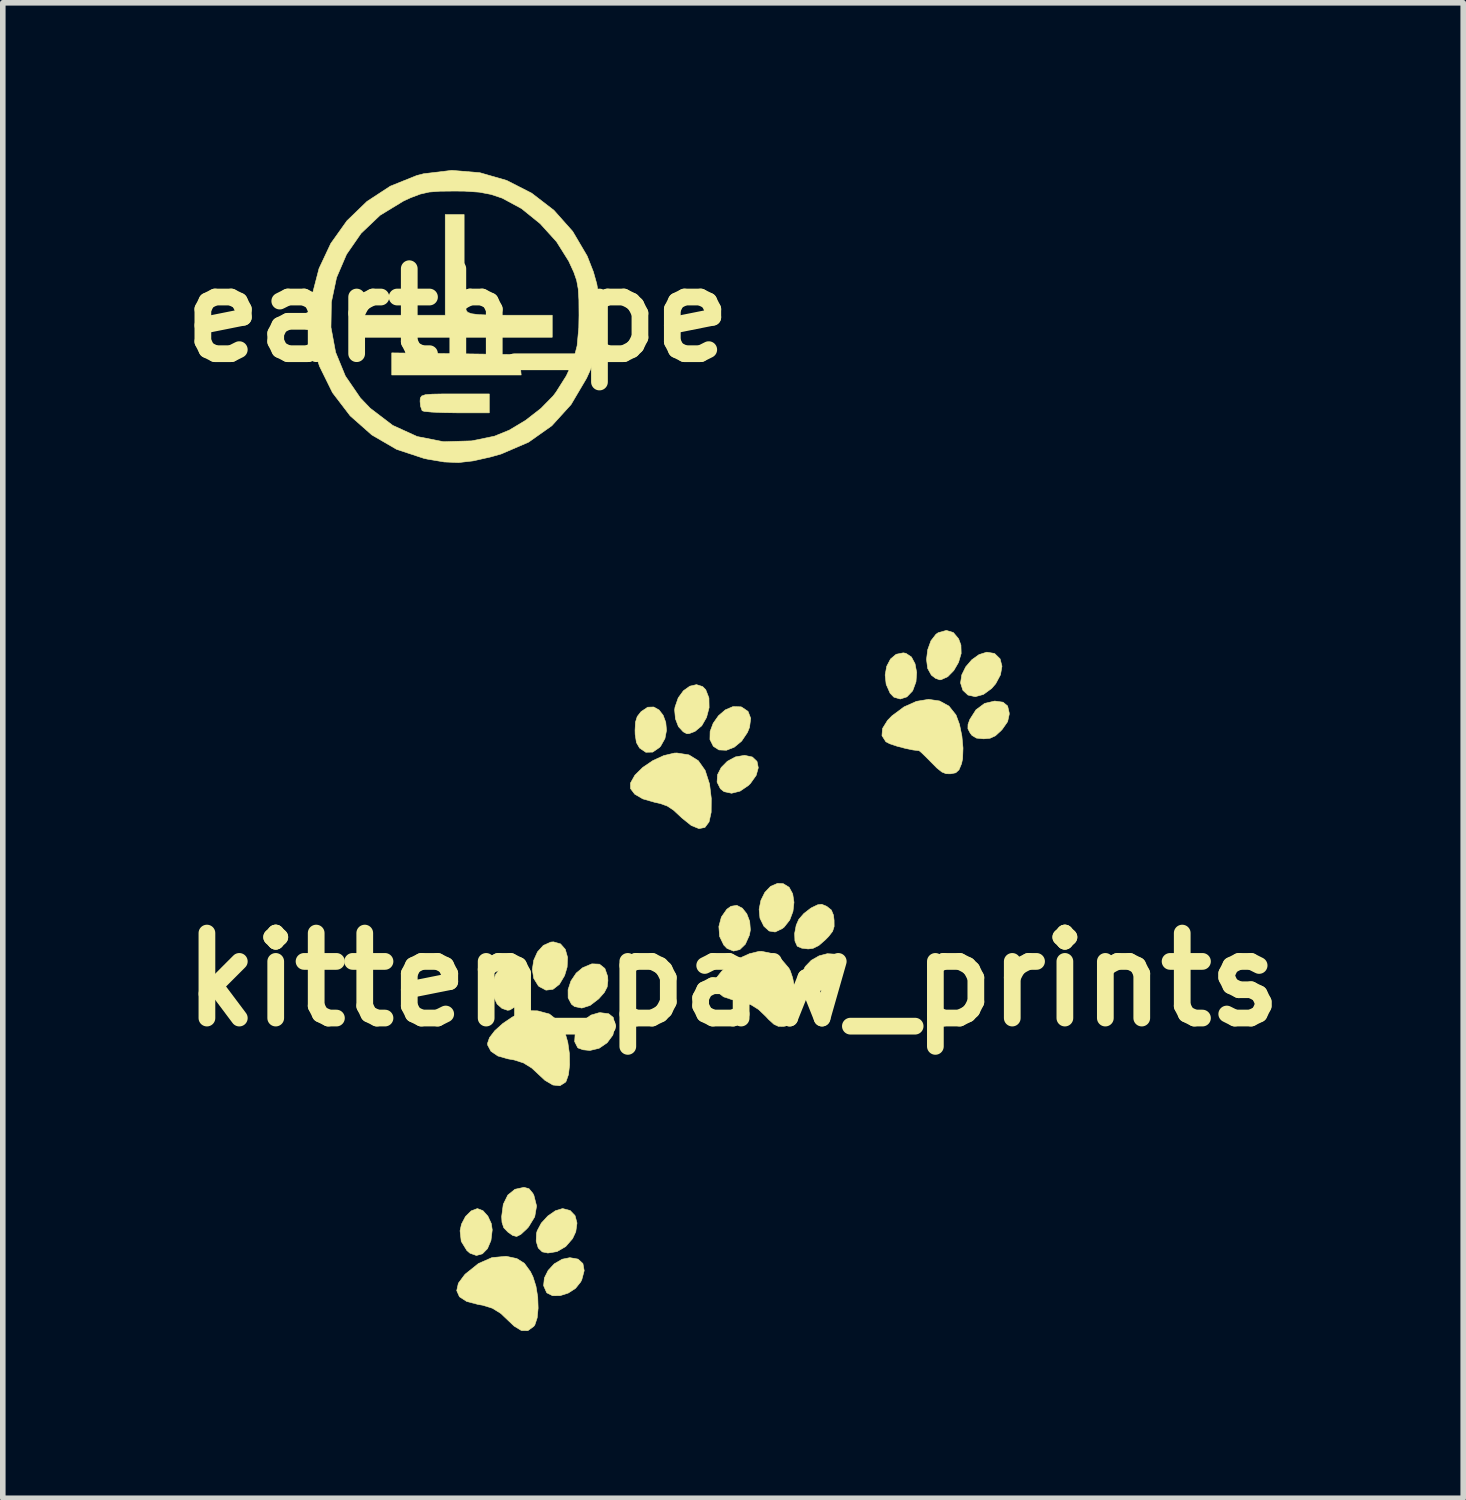
<source format=kicad_pcb>
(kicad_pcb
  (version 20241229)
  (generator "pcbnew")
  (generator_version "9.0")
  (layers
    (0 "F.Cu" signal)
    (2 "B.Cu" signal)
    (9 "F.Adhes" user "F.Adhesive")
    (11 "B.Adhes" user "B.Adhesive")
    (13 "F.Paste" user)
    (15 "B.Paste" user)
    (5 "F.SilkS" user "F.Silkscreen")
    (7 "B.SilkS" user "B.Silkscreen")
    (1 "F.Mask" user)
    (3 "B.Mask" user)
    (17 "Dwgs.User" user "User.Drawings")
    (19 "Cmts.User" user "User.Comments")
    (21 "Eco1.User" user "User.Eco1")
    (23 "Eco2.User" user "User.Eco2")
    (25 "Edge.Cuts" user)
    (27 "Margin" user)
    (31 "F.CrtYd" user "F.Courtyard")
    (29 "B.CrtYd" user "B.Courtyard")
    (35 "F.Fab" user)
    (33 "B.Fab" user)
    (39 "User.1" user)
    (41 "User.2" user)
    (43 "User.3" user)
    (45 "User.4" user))
  (footprint "earth_pe"
    (layer "F.Cu")
    (at 5.16 2.603)
    (property "Reference" "earth_pe" (at 0 0 0) (layer "F.SilkS") (effects (font (size 1.524 1.524) (thickness 0.3))))
    (attr through_hole)
    (fp_poly (pts (xy -0.042 0.69) (xy 1.101 0.706) (xy 1.118 0.889) (xy 1.136 1.072) (xy -1.185 1.072) (xy -1.185 0.675) (xy -0.042 0.69)) (stroke (width 0.01) (type solid)) (fill yes) (layer "F.SilkS"))
    (fp_poly (pts (xy 0.564 1.75) (xy -0.019 1.75) (xy -0.265 1.746) (xy -0.468 1.737) (xy -0.601 1.724) (xy -0.64 1.712) (xy -0.669 1.631) (xy -0.677 1.543) (xy -0.673 1.485) (xy -0.648 1.448) (xy -0.582 1.425) (xy -0.456 1.415) (xy -0.249 1.411) (xy -0.056 1.411) (xy 0.564 1.411) (xy 0.564 1.75)) (stroke (width 0.01) (type solid)) (fill yes) (layer "F.SilkS"))
    (fp_poly (pts (xy 0.113 -0.992) (xy 0.115 -0.695) (xy 0.121 -0.433) (xy 0.131 -0.23) (xy 0.143 -0.108) (xy 0.147 -0.089) (xy 0.177 -0.052) (xy 0.246 -0.027) (xy 0.37 -0.011) (xy 0.569 -0.003) (xy 0.858 -0.000081) (xy 0.937 0) (xy 1.693 0) (xy 1.693 0.395) (xy -1.75 0.395) (xy -1.75 0) (xy -0.226 0) (xy -0.226 -1.806) (xy 0.113 -1.806) (xy 0.113 -0.992)) (stroke (width 0.01) (type solid)) (fill yes) (layer "F.SilkS"))
    (fp_poly (pts (xy 0.395 -2.556) (xy 0.877 -2.417) (xy 1.324 -2.189) (xy 1.723 -1.882) (xy 2.06 -1.503) (xy 2.32 -1.061) (xy 2.431 -0.778) (xy 2.492 -0.561) (xy 2.526 -0.358) (xy 2.537 -0.127) (xy 2.531 0.154) (xy 2.516 0.432) (xy 2.489 0.638) (xy 2.441 0.817) (xy 2.363 1.011) (xy 2.308 1.131) (xy 2.03 1.602) (xy 1.685 1.982) (xy 1.269 2.276) (xy 0.779 2.487) (xy 0.593 2.54) (xy 0.274 2.612) (xy 0.011 2.642) (xy -0.244 2.631) (xy -0.541 2.581) (xy -0.607 2.567) (xy -1.098 2.405) (xy -1.543 2.146) (xy -1.93 1.804) (xy -2.247 1.389) (xy -2.481 0.914) (xy -2.569 0.638) (xy -2.631 0.217) (xy -2.275 0.217) (xy -2.192 0.664) (xy -2.017 1.09) (xy -1.748 1.483) (xy -1.571 1.668) (xy -1.168 1.975) (xy -0.729 2.175) (xy -0.257 2.268) (xy 0.249 2.253) (xy 0.656 2.169) (xy 0.924 2.06) (xy 1.215 1.885) (xy 1.489 1.672) (xy 1.708 1.449) (xy 1.761 1.379) (xy 1.946 1.086) (xy 2.068 0.822) (xy 2.139 0.548) (xy 2.169 0.225) (xy 2.173 0) (xy 2.171 -0.275) (xy 2.159 -0.471) (xy 2.131 -0.625) (xy 2.08 -0.772) (xy 2 -0.946) (xy 1.989 -0.97) (xy 1.77 -1.319) (xy 1.477 -1.642) (xy 1.142 -1.913) (xy 0.796 -2.1) (xy 0.595 -2.167) (xy 0.385 -2.207) (xy 0.125 -2.225) (xy -0.056 -2.227) (xy -0.322 -2.224) (xy -0.515 -2.209) (xy -0.676 -2.172) (xy -0.845 -2.108) (xy -0.975 -2.048) (xy -1.394 -1.793) (xy -1.735 -1.469) (xy -1.996 -1.092) (xy -2.175 -0.675) (xy -2.268 -0.234) (xy -2.275 0.217) (xy -2.631 0.217) (xy -2.643 0.139) (xy -2.614 -0.357) (xy -2.489 -0.838) (xy -2.278 -1.287) (xy -1.989 -1.693) (xy -1.63 -2.04) (xy -1.21 -2.315) (xy -0.738 -2.505) (xy -0.615 -2.537) (xy -0.107 -2.598) (xy 0.395 -2.556)) (stroke (width 0.01) (type solid)) (fill yes) (layer "F.SilkS")))
  (footprint "kitten_paw_prints"
    (layer "F.Cu")
    (at 10.095 14.517)
    (property "Reference" "kitten_paw_prints" (at 0 0 0) (layer "F.SilkS") (effects (font (size 1.524 1.524) (thickness 0.3))))
    (attr through_hole)
    (fp_poly (pts (xy 0.167 -1.281) (xy 0.247 -1.18) (xy 0.299 -1.044) (xy 0.311 -0.891) (xy 0.294 -0.798) (xy 0.221 -0.635) (xy 0.122 -0.539) (xy 0.008 -0.512) (xy -0.108 -0.56) (xy -0.166 -0.62) (xy -0.241 -0.775) (xy -0.254 -0.952) (xy -0.209 -1.122) (xy -0.112 -1.261) (xy -0.037 -1.315) (xy 0.068 -1.332) (xy 0.167 -1.281)) (stroke (width 0.01) (type solid)) (fill yes) (layer "F.SilkS"))
    (fp_poly (pts (xy 0.347 -3.992) (xy 0.43 -3.913) (xy 0.453 -3.799) (xy 0.415 -3.663) (xy 0.313 -3.519) (xy 0.276 -3.482) (xy 0.126 -3.38) (xy -0.026 -3.342) (xy -0.161 -3.371) (xy -0.226 -3.422) (xy -0.286 -3.542) (xy -0.278 -3.674) (xy -0.212 -3.804) (xy -0.101 -3.916) (xy 0.044 -3.994) (xy 0.207 -4.022) (xy 0.347 -3.992)) (stroke (width 0.01) (type solid)) (fill yes) (layer "F.SilkS"))
    (fp_poly (pts (xy -4.484 4.144) (xy -4.396 4.242) (xy -4.335 4.374) (xy -4.318 4.488) (xy -4.341 4.678) (xy -4.403 4.824) (xy -4.494 4.917) (xy -4.602 4.947) (xy -4.717 4.906) (xy -4.773 4.858) (xy -4.874 4.693) (xy -4.895 4.504) (xy -4.869 4.384) (xy -4.797 4.247) (xy -4.695 4.147) (xy -4.586 4.106) (xy -4.582 4.106) (xy -4.484 4.144)) (stroke (width 0.01) (type solid)) (fill yes) (layer "F.SilkS"))
    (fp_poly (pts (xy -3.094 -0.641) (xy -3.008 -0.543) (xy -2.967 -0.399) (xy -2.975 -0.224) (xy -3.02 -0.073) (xy -3.114 0.085) (xy -3.229 0.174) (xy -3.354 0.189) (xy -3.476 0.125) (xy -3.492 0.11) (xy -3.574 -0.023) (xy -3.599 -0.182) (xy -3.574 -0.347) (xy -3.506 -0.498) (xy -3.402 -0.613) (xy -3.268 -0.673) (xy -3.22 -0.677) (xy -3.094 -0.641)) (stroke (width 0.01) (type solid)) (fill yes) (layer "F.SilkS"))
    (fp_poly (pts (xy -2.779 5.012) (xy -2.692 5.092) (xy -2.669 5.219) (xy -2.712 5.381) (xy -2.731 5.42) (xy -2.824 5.536) (xy -2.955 5.621) (xy -3.1 5.667) (xy -3.235 5.669) (xy -3.337 5.618) (xy -3.344 5.609) (xy -3.397 5.488) (xy -3.383 5.35) (xy -3.315 5.214) (xy -3.205 5.096) (xy -3.064 5.014) (xy -2.926 4.986) (xy -2.779 5.012)) (stroke (width 0.01) (type solid)) (fill yes) (layer "F.SilkS"))
    (fp_poly (pts (xy -2.395 -0.277) (xy -2.298 -0.2) (xy -2.248 -0.057) (xy -2.244 0.019) (xy -2.257 0.132) (xy -2.308 0.231) (xy -2.408 0.344) (xy -2.563 0.463) (xy -2.712 0.51) (xy -2.842 0.483) (xy -2.897 0.441) (xy -2.957 0.327) (xy -2.958 0.181) (xy -2.907 0.025) (xy -2.812 -0.117) (xy -2.697 -0.213) (xy -2.531 -0.283) (xy -2.395 -0.277)) (stroke (width 0.01) (type solid)) (fill yes) (layer "F.SilkS"))
    (fp_poly (pts (xy 0.14 -4.892) (xy 0.154 -4.888) (xy 0.269 -4.81) (xy 0.317 -4.686) (xy 0.296 -4.525) (xy 0.259 -4.433) (xy 0.154 -4.277) (xy 0.022 -4.168) (xy -0.119 -4.113) (xy -0.252 -4.119) (xy -0.353 -4.184) (xy -0.414 -4.306) (xy -0.411 -4.45) (xy -0.356 -4.597) (xy -0.261 -4.732) (xy -0.139 -4.837) (xy -0.001 -4.896) (xy 0.14 -4.892)) (stroke (width 0.01) (type solid)) (fill yes) (layer "F.SilkS"))
    (fp_poly (pts (xy 0.9 -1.721) (xy 1.006 -1.656) (xy 1.07 -1.538) (xy 1.093 -1.387) (xy 1.075 -1.224) (xy 1.017 -1.069) (xy 0.918 -0.943) (xy 0.884 -0.916) (xy 0.755 -0.854) (xy 0.647 -0.872) (xy 0.553 -0.958) (xy 0.483 -1.101) (xy 0.468 -1.262) (xy 0.5 -1.422) (xy 0.571 -1.565) (xy 0.673 -1.672) (xy 0.798 -1.726) (xy 0.9 -1.721)) (stroke (width 0.01) (type solid)) (fill yes) (layer "F.SilkS"))
    (fp_poly (pts (xy 3.101 -5.851) (xy 3.199 -5.786) (xy 3.264 -5.664) (xy 3.293 -5.508) (xy 3.281 -5.341) (xy 3.224 -5.186) (xy 3.218 -5.175) (xy 3.117 -5.07) (xy 2.999 -5.032) (xy 2.885 -5.065) (xy 2.817 -5.135) (xy 2.746 -5.296) (xy 2.728 -5.463) (xy 2.756 -5.619) (xy 2.824 -5.749) (xy 2.925 -5.834) (xy 3.053 -5.86) (xy 3.101 -5.851)) (stroke (width 0.01) (type solid)) (fill yes) (layer "F.SilkS"))
    (fp_poly (pts (xy 4.683 -5.85) (xy 4.695 -5.844) (xy 4.789 -5.752) (xy 4.823 -5.62) (xy 4.796 -5.466) (xy 4.711 -5.307) (xy 4.637 -5.221) (xy 4.49 -5.114) (xy 4.344 -5.074) (xy 4.213 -5.103) (xy 4.122 -5.188) (xy 4.08 -5.32) (xy 4.102 -5.465) (xy 4.173 -5.609) (xy 4.281 -5.735) (xy 4.411 -5.828) (xy 4.55 -5.872) (xy 4.683 -5.85)) (stroke (width 0.01) (type solid)) (fill yes) (layer "F.SilkS"))
    (fp_poly (pts (xy -3.984 -0.273) (xy -3.961 -0.263) (xy -3.855 -0.174) (xy -3.777 -0.035) (xy -3.741 0.121) (xy -3.747 0.214) (xy -3.805 0.361) (xy -3.896 0.479) (xy -4.001 0.544) (xy -4.043 0.55) (xy -4.143 0.516) (xy -4.23 0.439) (xy -4.308 0.276) (xy -4.318 0.092) (xy -4.26 -0.087) (xy -4.196 -0.178) (xy -4.114 -0.261) (xy -4.054 -0.29) (xy -3.984 -0.273)) (stroke (width 0.01) (type solid)) (fill yes) (layer "F.SilkS"))
    (fp_poly (pts (xy -3.659 3.749) (xy -3.59 3.832) (xy -3.571 3.869) (xy -3.523 4.06) (xy -3.556 4.253) (xy -3.667 4.435) (xy -3.703 4.474) (xy -3.806 4.569) (xy -3.88 4.606) (xy -3.951 4.588) (xy -4.037 4.527) (xy -4.111 4.45) (xy -4.143 4.353) (xy -4.149 4.249) (xy -4.12 4.029) (xy -4.039 3.864) (xy -3.911 3.76) (xy -3.749 3.725) (xy -3.659 3.749)) (stroke (width 0.01) (type solid)) (fill yes) (layer "F.SilkS"))
    (fp_poly (pts (xy -2.92 4.141) (xy -2.833 4.232) (xy -2.798 4.365) (xy -2.82 4.522) (xy -2.877 4.644) (xy -3.001 4.787) (xy -3.157 4.877) (xy -3.32 4.903) (xy -3.421 4.882) (xy -3.493 4.812) (xy -3.53 4.691) (xy -3.524 4.55) (xy -3.512 4.505) (xy -3.438 4.366) (xy -3.321 4.239) (xy -3.186 4.145) (xy -3.059 4.106) (xy -3.053 4.106) (xy -2.92 4.141)) (stroke (width 0.01) (type solid)) (fill yes) (layer "F.SilkS"))
    (fp_poly (pts (xy 3.951 -6.224) (xy 4.045 -6.112) (xy 4.087 -5.999) (xy 4.091 -5.848) (xy 4.044 -5.689) (xy 3.959 -5.543) (xy 3.85 -5.432) (xy 3.731 -5.378) (xy 3.706 -5.376) (xy 3.629 -5.404) (xy 3.556 -5.461) (xy 3.49 -5.581) (xy 3.47 -5.742) (xy 3.491 -5.916) (xy 3.549 -6.076) (xy 3.64 -6.194) (xy 3.681 -6.222) (xy 3.826 -6.262) (xy 3.951 -6.224)) (stroke (width 0.01) (type solid)) (fill yes) (layer "F.SilkS"))
    (fp_poly (pts (xy -2.23 0.612) (xy -2.148 0.678) (xy -2.118 0.802) (xy -2.117 0.838) (xy -2.155 0.994) (xy -2.257 1.132) (xy -2.401 1.231) (xy -2.564 1.27) (xy -2.57 1.27) (xy -2.689 1.258) (xy -2.775 1.227) (xy -2.786 1.219) (xy -2.84 1.112) (xy -2.832 0.982) (xy -2.773 0.848) (xy -2.674 0.726) (xy -2.547 0.636) (xy -2.403 0.594) (xy -2.378 0.593) (xy -2.23 0.612)) (stroke (width 0.01) (type solid)) (fill yes) (layer "F.SilkS"))
    (fp_poly (pts (xy -1.327 -4.836) (xy -1.253 -4.74) (xy -1.206 -4.613) (xy -1.193 -4.469) (xy -1.221 -4.323) (xy -1.297 -4.188) (xy -1.318 -4.164) (xy -1.44 -4.08) (xy -1.564 -4.077) (xy -1.676 -4.153) (xy -1.732 -4.251) (xy -1.755 -4.398) (xy -1.757 -4.47) (xy -1.749 -4.618) (xy -1.718 -4.717) (xy -1.652 -4.802) (xy -1.644 -4.809) (xy -1.53 -4.885) (xy -1.422 -4.889) (xy -1.327 -4.836)) (stroke (width 0.01) (type solid)) (fill yes) (layer "F.SilkS"))
    (fp_poly (pts (xy -0.545 -5.255) (xy -0.489 -5.198) (xy -0.432 -5.051) (xy -0.429 -4.877) (xy -0.475 -4.702) (xy -0.561 -4.552) (xy -0.68 -4.453) (xy -0.701 -4.444) (xy -0.783 -4.413) (xy -0.826 -4.409) (xy -0.872 -4.432) (xy -0.894 -4.445) (xy -0.979 -4.537) (xy -1.033 -4.679) (xy -1.047 -4.837) (xy -1.04 -4.888) (xy -0.983 -5.052) (xy -0.89 -5.18) (xy -0.775 -5.262) (xy -0.655 -5.29) (xy -0.545 -5.255)) (stroke (width 0.01) (type solid)) (fill yes) (layer "F.SilkS"))
    (fp_poly (pts (xy 1.823 -0.457) (xy 1.897 -0.415) (xy 1.932 -0.34) (xy 1.947 -0.227) (xy 1.947 -0.22) (xy 1.909 -0.064) (xy 1.807 0.074) (xy 1.663 0.172) (xy 1.5 0.212) (xy 1.494 0.212) (xy 1.375 0.199) (xy 1.289 0.169) (xy 1.278 0.161) (xy 1.235 0.065) (xy 1.235 -0.068) (xy 1.278 -0.203) (xy 1.297 -0.236) (xy 1.404 -0.347) (xy 1.543 -0.426) (xy 1.691 -0.465) (xy 1.823 -0.457)) (stroke (width 0.01) (type solid)) (fill yes) (layer "F.SilkS"))
    (fp_poly (pts (xy 4.842 -4.975) (xy 4.924 -4.907) (xy 4.953 -4.781) (xy 4.953 -4.757) (xy 4.924 -4.626) (xy 4.829 -4.49) (xy 4.81 -4.469) (xy 4.705 -4.372) (xy 4.608 -4.328) (xy 4.494 -4.318) (xy 4.365 -4.331) (xy 4.286 -4.378) (xy 4.253 -4.42) (xy 4.212 -4.499) (xy 4.214 -4.576) (xy 4.247 -4.667) (xy 4.357 -4.839) (xy 4.511 -4.953) (xy 4.691 -4.995) (xy 4.696 -4.995) (xy 4.842 -4.975)) (stroke (width 0.01) (type solid)) (fill yes) (layer "F.SilkS"))
    (fp_poly (pts (xy 1.667 -1.32) (xy 1.684 -1.311) (xy 1.763 -1.248) (xy 1.801 -1.157) (xy 1.812 -1.065) (xy 1.813 -0.952) (xy 1.786 -0.867) (xy 1.717 -0.777) (xy 1.659 -0.717) (xy 1.537 -0.611) (xy 1.433 -0.56) (xy 1.347 -0.55) (xy 1.233 -0.564) (xy 1.154 -0.598) (xy 1.151 -0.601) (xy 1.11 -0.693) (xy 1.105 -0.829) (xy 1.133 -0.976) (xy 1.179 -1.08) (xy 1.269 -1.184) (xy 1.39 -1.278) (xy 1.412 -1.291) (xy 1.518 -1.342) (xy 1.59 -1.351) (xy 1.667 -1.32)) (stroke (width 0.01) (type solid)) (fill yes) (layer "F.SilkS"))
    (fp_poly (pts (xy -0.791 -4.03) (xy -0.623 -3.926) (xy -0.5 -3.752) (xy -0.421 -3.507) (xy -0.39 -3.25) (xy -0.392 -3.001) (xy -0.43 -2.828) (xy -0.504 -2.729) (xy -0.611 -2.708) (xy -0.749 -2.764) (xy -0.917 -2.899) (xy -0.938 -2.919) (xy -1.067 -3.039) (xy -1.178 -3.112) (xy -1.305 -3.158) (xy -1.409 -3.181) (xy -1.617 -3.241) (xy -1.762 -3.325) (xy -1.838 -3.425) (xy -1.839 -3.525) (xy -1.76 -3.666) (xy -1.619 -3.805) (xy -1.439 -3.927) (xy -1.243 -4.017) (xy -1.053 -4.062) (xy -1.006 -4.064) (xy -0.791 -4.03)) (stroke (width 0.01) (type solid)) (fill yes) (layer "F.SilkS"))
    (fp_poly (pts (xy -4.061 4.963) (xy -3.877 5.002) (xy -3.742 5.087) (xy -3.634 5.235) (xy -3.588 5.328) (xy -3.534 5.498) (xy -3.502 5.693) (xy -3.495 5.891) (xy -3.512 6.065) (xy -3.554 6.192) (xy -3.573 6.218) (xy -3.679 6.295) (xy -3.795 6.293) (xy -3.926 6.213) (xy -4.008 6.135) (xy -4.165 5.986) (xy -4.315 5.893) (xy -4.489 5.839) (xy -4.572 5.825) (xy -4.777 5.771) (xy -4.906 5.687) (xy -4.955 5.577) (xy -4.925 5.444) (xy -4.813 5.293) (xy -4.798 5.278) (xy -4.565 5.091) (xy -4.323 4.985) (xy -4.076 4.962) (xy -4.061 4.963)) (stroke (width 0.01) (type solid)) (fill yes) (layer "F.SilkS"))
    (fp_poly (pts (xy -3.525 0.559) (xy -3.501 0.561) (xy -3.293 0.617) (xy -3.132 0.743) (xy -3.017 0.938) (xy -2.963 1.125) (xy -2.934 1.329) (xy -2.931 1.53) (xy -2.951 1.703) (xy -2.993 1.823) (xy -3.005 1.84) (xy -3.104 1.903) (xy -3.23 1.89) (xy -3.374 1.805) (xy -3.452 1.732) (xy -3.61 1.585) (xy -3.757 1.494) (xy -3.926 1.44) (xy -4.035 1.421) (xy -4.216 1.37) (xy -4.341 1.285) (xy -4.4 1.175) (xy -4.403 1.144) (xy -4.367 1.04) (xy -4.271 0.915) (xy -4.13 0.788) (xy -3.96 0.673) (xy -3.936 0.66) (xy -3.788 0.588) (xy -3.665 0.558) (xy -3.525 0.559)) (stroke (width 0.01) (type solid)) (fill yes) (layer "F.SilkS"))
    (fp_poly (pts (xy 0.696 -0.469) (xy 0.868 -0.362) (xy 1.001 -0.206) (xy 1.027 -0.157) (xy 1.069 -0.032) (xy 1.104 0.139) (xy 1.125 0.307) (xy 1.13 0.534) (xy 1.104 0.69) (xy 1.042 0.786) (xy 0.939 0.833) (xy 0.899 0.839) (xy 0.811 0.837) (xy 0.734 0.801) (xy 0.642 0.718) (xy 0.588 0.66) (xy 0.457 0.535) (xy 0.322 0.451) (xy 0.153 0.394) (xy -0.013 0.361) (xy -0.17 0.308) (xy -0.285 0.218) (xy -0.337 0.108) (xy -0.339 0.086) (xy -0.301 -0.028) (xy -0.201 -0.153) (xy -0.055 -0.276) (xy 0.116 -0.384) (xy 0.296 -0.465) (xy 0.465 -0.506) (xy 0.51 -0.508) (xy 0.696 -0.469)) (stroke (width 0.01) (type solid)) (fill yes) (layer "F.SilkS"))
    (fp_poly (pts (xy 3.704 -4.997) (xy 3.872 -4.905) (xy 3.996 -4.749) (xy 3.999 -4.745) (xy 4.061 -4.577) (xy 4.104 -4.368) (xy 4.124 -4.152) (xy 4.117 -3.961) (xy 4.098 -3.872) (xy 4.052 -3.762) (xy 3.994 -3.709) (xy 3.904 -3.691) (xy 3.821 -3.692) (xy 3.745 -3.723) (xy 3.654 -3.796) (xy 3.559 -3.892) (xy 3.454 -3.998) (xy 3.375 -4.074) (xy 3.336 -4.106) (xy 3.335 -4.106) (xy 3.228 -4.118) (xy 3.085 -4.148) (xy 2.937 -4.187) (xy 2.812 -4.229) (xy 2.741 -4.265) (xy 2.741 -4.265) (xy 2.671 -4.375) (xy 2.681 -4.504) (xy 2.771 -4.649) (xy 2.849 -4.729) (xy 3.067 -4.891) (xy 3.289 -4.99) (xy 3.506 -5.026) (xy 3.704 -4.997)) (stroke (width 0.01) (type solid)) (fill yes) (layer "F.SilkS")))
  (gr_rect
    (start -3 -3)
    (end 23.189 23.817)
    (stroke (width 0.1) (type default))
    (fill no)
    (layer "Edge.Cuts")))
</source>
